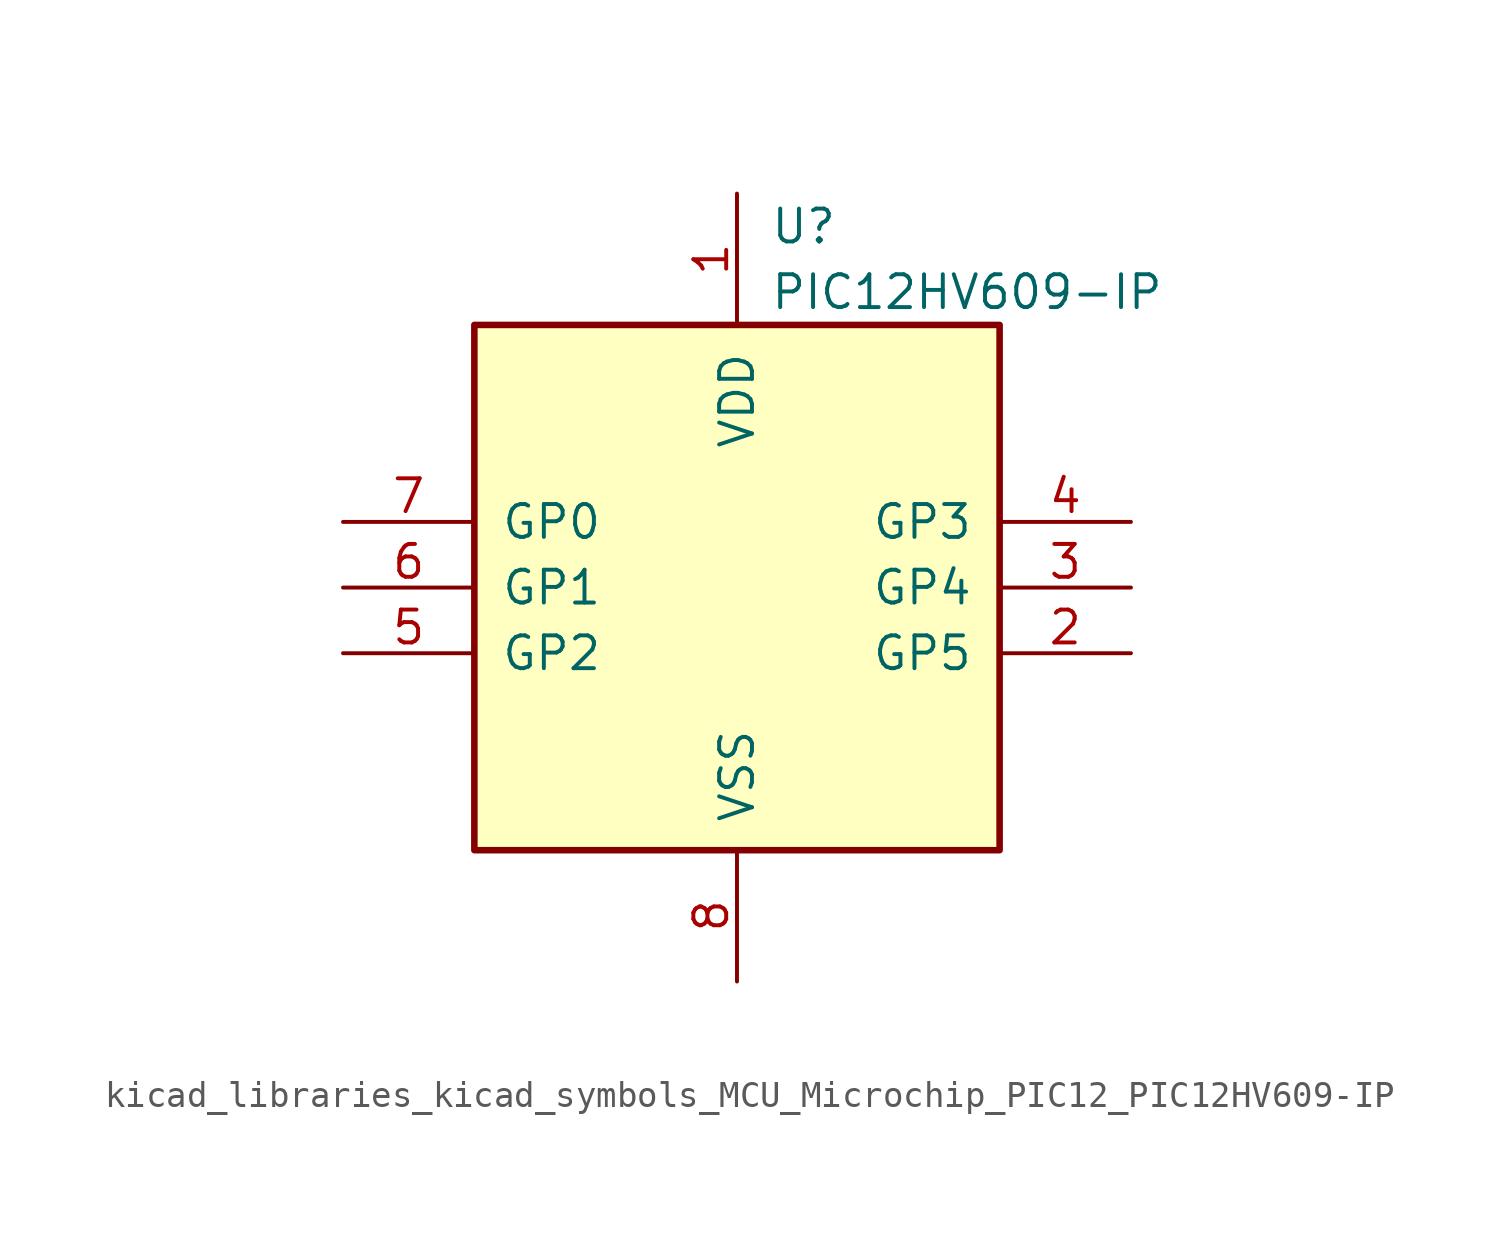
<source format=kicad_sym>
(kicad_symbol_lib
  (version 20220914)
  (generator kicad_symbol_editor)
  (symbol "kicad_libraries_kicad_symbols_MCU_Microchip_PIC12_PIC12HV609-IP"
    (pin_names
      (offset 1.016))
    (property "Reference" "U"
      (at 1.27 13.97 0)
      (effects (font (size 1.27 1.27)) (justify left)))
    (property "Value" "PIC12HV609-IP"
      (at 1.27 11.43 0)
      (effects (font (size 1.27 1.27)) (justify left)))
    (symbol "kicad_libraries_kicad_symbols_MCU_Microchip_PIC12_PIC12HV609-IP_0_1"
      (rectangle (start 10.16 -10.16) (end -10.16 10.16) (stroke (width 0.254) (type default)) (fill (type background))))
    (symbol "kicad_libraries_kicad_symbols_MCU_Microchip_PIC12_PIC12HV609-IP_1_1"
      (pin power_in line (at 0 15.24 270) (length 5.08) (name "VDD" (effects (font (size 1.27 1.27)))) (number "1" (effects (font (size 1.27 1.27)))))
      (pin bidirectional line (at 15.24 -2.54 180) (length 5.08) (name "GP5" (effects (font (size 1.27 1.27)))) (number "2" (effects (font (size 1.27 1.27)))))
      (pin bidirectional line (at 15.24 0 180) (length 5.08) (name "GP4" (effects (font (size 1.27 1.27)))) (number "3" (effects (font (size 1.27 1.27)))))
      (pin input line (at 15.24 2.54 180) (length 5.08) (name "GP3" (effects (font (size 1.27 1.27)))) (number "4" (effects (font (size 1.27 1.27)))))
      (pin bidirectional line (at -15.24 -2.54 0) (length 5.08) (name "GP2" (effects (font (size 1.27 1.27)))) (number "5" (effects (font (size 1.27 1.27)))))
      (pin bidirectional line (at -15.24 0 0) (length 5.08) (name "GP1" (effects (font (size 1.27 1.27)))) (number "6" (effects (font (size 1.27 1.27)))))
      (pin bidirectional line (at -15.24 2.54 0) (length 5.08) (name "GP0" (effects (font (size 1.27 1.27)))) (number "7" (effects (font (size 1.27 1.27)))))
      (pin power_in line (at 0 -15.24 90) (length 5.08) (name "VSS" (effects (font (size 1.27 1.27)))) (number "8" (effects (font (size 1.27 1.27))))))))
</source>
